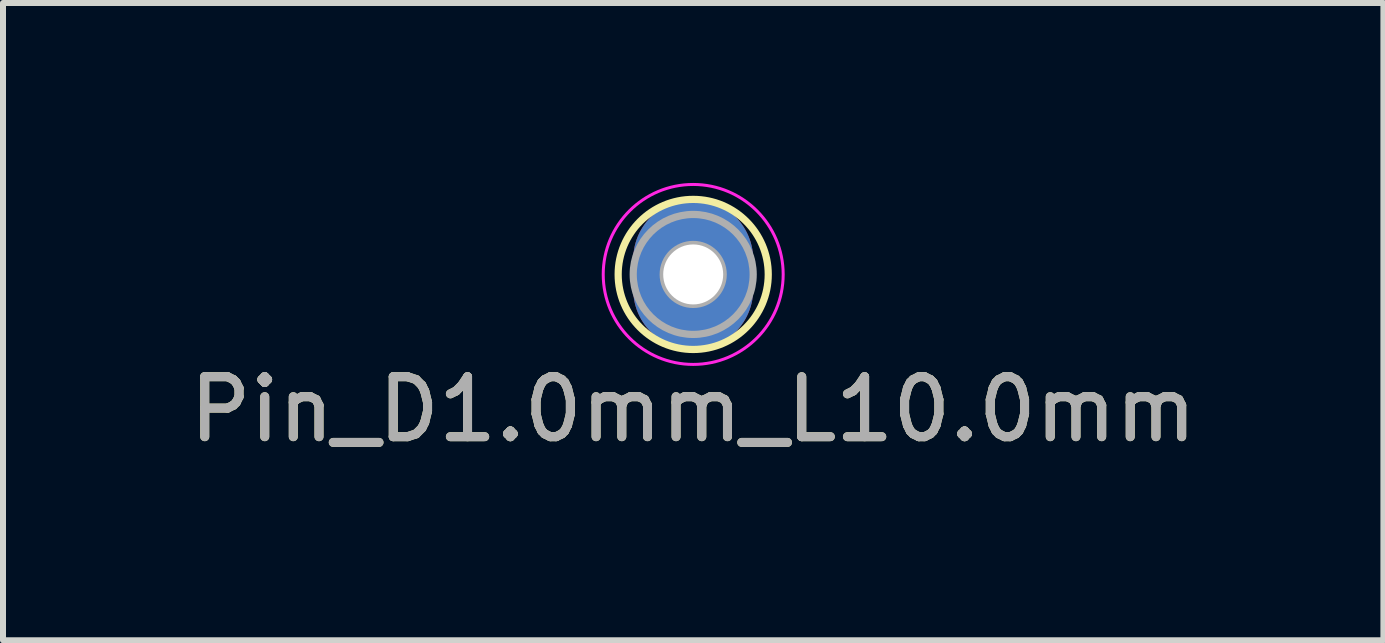
<source format=kicad_pcb>
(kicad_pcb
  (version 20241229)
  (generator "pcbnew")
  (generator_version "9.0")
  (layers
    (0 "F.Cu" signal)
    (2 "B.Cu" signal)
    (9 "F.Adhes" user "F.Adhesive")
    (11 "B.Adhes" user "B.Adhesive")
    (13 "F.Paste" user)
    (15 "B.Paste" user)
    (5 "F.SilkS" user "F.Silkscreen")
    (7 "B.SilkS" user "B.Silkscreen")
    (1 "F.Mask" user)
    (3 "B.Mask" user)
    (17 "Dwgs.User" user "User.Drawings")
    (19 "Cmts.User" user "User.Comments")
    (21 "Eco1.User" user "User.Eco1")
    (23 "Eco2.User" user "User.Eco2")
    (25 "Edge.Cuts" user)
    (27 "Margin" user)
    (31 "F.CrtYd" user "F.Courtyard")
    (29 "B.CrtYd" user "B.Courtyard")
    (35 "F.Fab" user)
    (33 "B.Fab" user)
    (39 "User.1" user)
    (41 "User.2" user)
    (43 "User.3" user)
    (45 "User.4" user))
  (footprint "Pin_D1.0mm_L10.0mm"
    (layer "F.Cu")
    (at 8.506 1.525)
    (property "Reference" "Pin_D1.0mm_L10.0mm" (at 0 2.25 0) (layer "F.SilkS") (effects (font (size 1 1) (thickness 0.15))))
    (attr through_hole)
    (fp_circle (center 0 0) (end 1.25 0.05) (stroke (width 0.12) (type solid)) (fill no) (layer "F.SilkS"))
    (fp_circle (center 0 0) (end 1.5 0) (stroke (width 0.05) (type solid)) (fill no) (layer "F.CrtYd"))
    (fp_circle (center 0 0) (end 0.5 0) (stroke (width 0.12) (type solid)) (fill no) (layer "F.Fab"))
    (fp_circle (center 0 0) (end 1 0) (stroke (width 0.12) (type solid)) (fill no) (layer "F.Fab"))
    (fp_text user "${REFERENCE}" (at 0 2.25 0) (layer "F.Fab") (effects (font (size 1 1) (thickness 0.15))))
    (pad "1" thru_hole oval (at 0 0) (size 2 2.5) (drill 1) (layers "*.Cu" "*.Mask")))
  (gr_rect
    (start -3 -3)
    (end 20.012 7.623)
    (stroke (width 0.1) (type default))
    (fill no)
    (layer "Edge.Cuts")))
</source>
